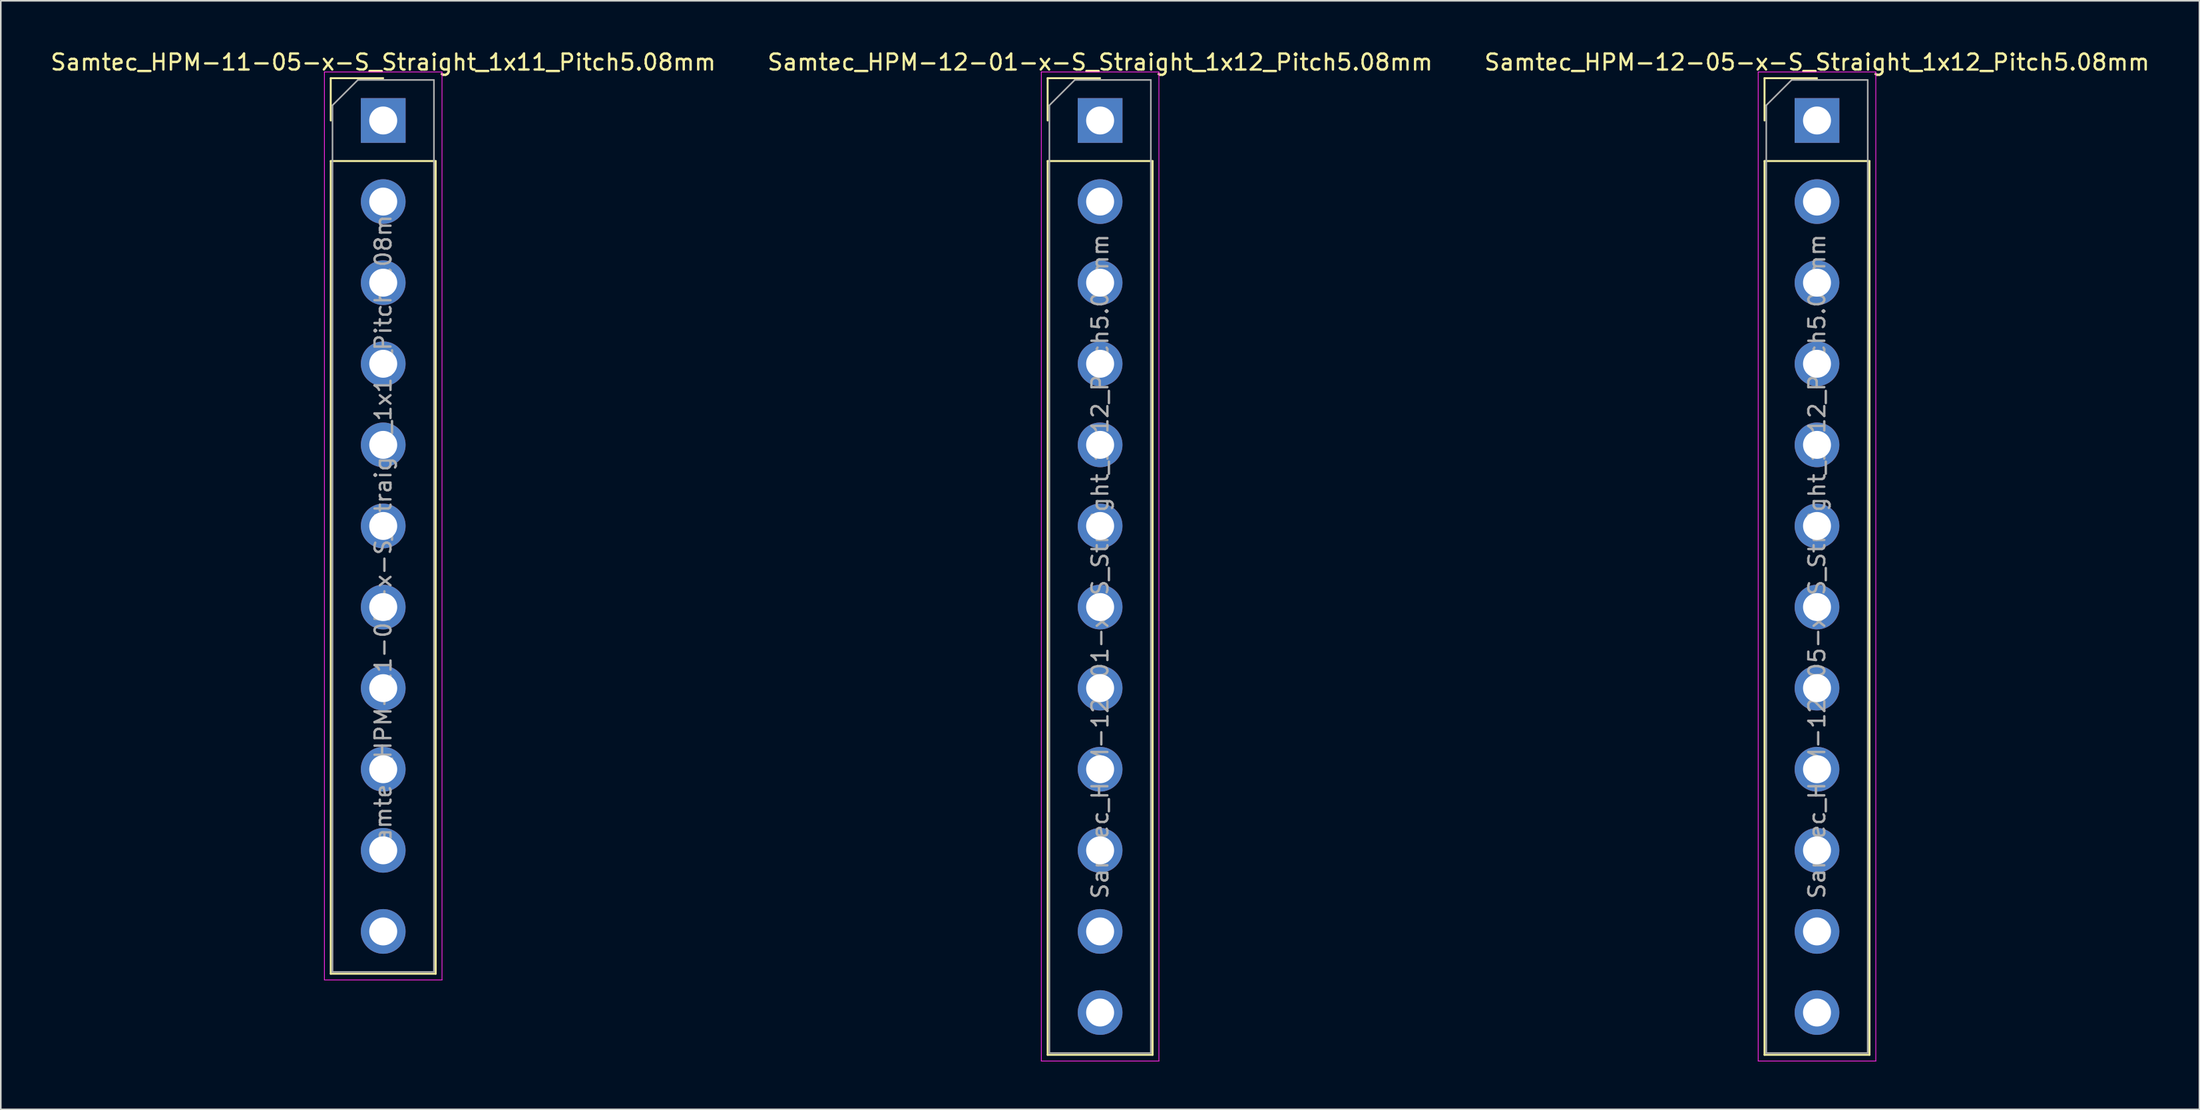
<source format=kicad_pcb>
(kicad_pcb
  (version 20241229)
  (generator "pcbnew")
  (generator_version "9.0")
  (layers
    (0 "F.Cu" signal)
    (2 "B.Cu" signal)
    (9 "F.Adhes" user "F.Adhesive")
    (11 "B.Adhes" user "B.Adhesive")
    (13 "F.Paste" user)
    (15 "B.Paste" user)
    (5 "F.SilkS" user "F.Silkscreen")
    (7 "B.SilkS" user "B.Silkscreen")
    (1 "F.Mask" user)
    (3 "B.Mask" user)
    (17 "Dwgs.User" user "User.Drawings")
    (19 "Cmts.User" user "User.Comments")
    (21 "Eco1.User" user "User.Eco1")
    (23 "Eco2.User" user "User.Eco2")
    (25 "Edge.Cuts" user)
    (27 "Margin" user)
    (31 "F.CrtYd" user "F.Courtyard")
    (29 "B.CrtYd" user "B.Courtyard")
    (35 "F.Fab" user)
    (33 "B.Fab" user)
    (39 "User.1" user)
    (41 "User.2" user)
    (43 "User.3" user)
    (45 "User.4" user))
  (footprint "Samtec_HPM-11-05-x-S_Straight_1x11_Pitch5.08mm"
    (layer "F.Cu")
    (at 20.935 4.498)
    (property "Reference" "Samtec_HPM-11-05-x-S_Straight_1x11_Pitch5.08mm" (at 0 -3.65 0) (layer "F.SilkS") (effects (font (size 1 1) (thickness 0.15))))
    (attr through_hole)
    (fp_line (start -3.285 -2.65) (end 0 -2.65) (stroke (width 0.12) (type solid)) (layer "F.SilkS"))
    (fp_line (start -3.285 0) (end -3.285 -2.65) (stroke (width 0.12) (type solid)) (layer "F.SilkS"))
    (fp_line (start -3.285 2.54) (end -3.285 53.45) (stroke (width 0.12) (type solid)) (layer "F.SilkS"))
    (fp_line (start -3.285 2.54) (end 3.285 2.54) (stroke (width 0.12) (type solid)) (layer "F.SilkS"))
    (fp_line (start -3.285 53.45) (end 3.285 53.45) (stroke (width 0.12) (type solid)) (layer "F.SilkS"))
    (fp_line (start 3.285 2.54) (end 3.285 53.45) (stroke (width 0.12) (type solid)) (layer "F.SilkS"))
    (fp_line (start -3.68 -3.04) (end -3.68 53.84) (stroke (width 0.05) (type solid)) (layer "F.CrtYd"))
    (fp_line (start -3.68 53.84) (end 3.68 53.84) (stroke (width 0.05) (type solid)) (layer "F.CrtYd"))
    (fp_line (start 3.68 -3.04) (end -3.68 -3.04) (stroke (width 0.05) (type solid)) (layer "F.CrtYd"))
    (fp_line (start 3.68 53.84) (end 3.68 -3.04) (stroke (width 0.05) (type solid)) (layer "F.CrtYd"))
    (fp_line (start -3.175 -0.953) (end -1.587 -2.54) (stroke (width 0.1) (type solid)) (layer "F.Fab"))
    (fp_line (start -3.175 53.34) (end -3.175 -0.953) (stroke (width 0.1) (type solid)) (layer "F.Fab"))
    (fp_line (start -1.587 -2.54) (end 3.175 -2.54) (stroke (width 0.1) (type solid)) (layer "F.Fab"))
    (fp_line (start 3.175 -2.54) (end 3.175 53.34) (stroke (width 0.1) (type solid)) (layer "F.Fab"))
    (fp_line (start 3.175 53.34) (end -3.175 53.34) (stroke (width 0.1) (type solid)) (layer "F.Fab"))
    (fp_text user "${REFERENCE}" (at 0 25.4 90) (layer "F.Fab") (effects (font (size 1 1) (thickness 0.15))))
    (pad "1" thru_hole rect (at 0 0) (size 2.8 2.8) (drill 1.75) (layers "*.Cu" "*.Mask"))
    (pad "2" thru_hole circle (at 0 5.08) (size 2.8 2.8) (drill 1.75) (layers "*.Cu" "*.Mask"))
    (pad "3" thru_hole circle (at 0 10.16) (size 2.8 2.8) (drill 1.75) (layers "*.Cu" "*.Mask"))
    (pad "4" thru_hole circle (at 0 15.24) (size 2.8 2.8) (drill 1.75) (layers "*.Cu" "*.Mask"))
    (pad "5" thru_hole circle (at 0 20.32) (size 2.8 2.8) (drill 1.75) (layers "*.Cu" "*.Mask"))
    (pad "6" thru_hole circle (at 0 25.4) (size 2.8 2.8) (drill 1.75) (layers "*.Cu" "*.Mask"))
    (pad "7" thru_hole circle (at 0 30.48) (size 2.8 2.8) (drill 1.75) (layers "*.Cu" "*.Mask"))
    (pad "8" thru_hole circle (at 0 35.56) (size 2.8 2.8) (drill 1.75) (layers "*.Cu" "*.Mask"))
    (pad "9" thru_hole circle (at 0 40.64) (size 2.8 2.8) (drill 1.75) (layers "*.Cu" "*.Mask"))
    (pad "10" thru_hole circle (at 0 45.72) (size 2.8 2.8) (drill 1.75) (layers "*.Cu" "*.Mask"))
    (pad "11" thru_hole circle (at 0 50.8) (size 2.8 2.8) (drill 1.75) (layers "*.Cu" "*.Mask")))
  (footprint "Samtec_HPM-12-05-x-S_Straight_1x12_Pitch5.08mm"
    (layer "F.Cu")
    (at 110.673 4.498)
    (property "Reference" "Samtec_HPM-12-05-x-S_Straight_1x12_Pitch5.08mm" (at 0 -3.65 0) (layer "F.SilkS") (effects (font (size 1 1) (thickness 0.15))))
    (attr through_hole)
    (fp_line (start -3.285 -2.65) (end 0 -2.65) (stroke (width 0.12) (type solid)) (layer "F.SilkS"))
    (fp_line (start -3.285 0) (end -3.285 -2.65) (stroke (width 0.12) (type solid)) (layer "F.SilkS"))
    (fp_line (start -3.285 2.54) (end -3.285 58.53) (stroke (width 0.12) (type solid)) (layer "F.SilkS"))
    (fp_line (start -3.285 2.54) (end 3.285 2.54) (stroke (width 0.12) (type solid)) (layer "F.SilkS"))
    (fp_line (start -3.285 58.53) (end 3.285 58.53) (stroke (width 0.12) (type solid)) (layer "F.SilkS"))
    (fp_line (start 3.285 2.54) (end 3.285 58.53) (stroke (width 0.12) (type solid)) (layer "F.SilkS"))
    (fp_line (start -3.68 -3.04) (end -3.68 58.92) (stroke (width 0.05) (type solid)) (layer "F.CrtYd"))
    (fp_line (start -3.68 58.92) (end 3.68 58.92) (stroke (width 0.05) (type solid)) (layer "F.CrtYd"))
    (fp_line (start 3.68 -3.04) (end -3.68 -3.04) (stroke (width 0.05) (type solid)) (layer "F.CrtYd"))
    (fp_line (start 3.68 58.92) (end 3.68 -3.04) (stroke (width 0.05) (type solid)) (layer "F.CrtYd"))
    (fp_line (start -3.175 -0.953) (end -1.587 -2.54) (stroke (width 0.1) (type solid)) (layer "F.Fab"))
    (fp_line (start -3.175 58.42) (end -3.175 -0.953) (stroke (width 0.1) (type solid)) (layer "F.Fab"))
    (fp_line (start -1.587 -2.54) (end 3.175 -2.54) (stroke (width 0.1) (type solid)) (layer "F.Fab"))
    (fp_line (start 3.175 -2.54) (end 3.175 58.42) (stroke (width 0.1) (type solid)) (layer "F.Fab"))
    (fp_line (start 3.175 58.42) (end -3.175 58.42) (stroke (width 0.1) (type solid)) (layer "F.Fab"))
    (fp_text user "${REFERENCE}" (at 0 27.94 90) (layer "F.Fab") (effects (font (size 1 1) (thickness 0.15))))
    (pad "1" thru_hole rect (at 0 0) (size 2.8 2.8) (drill 1.75) (layers "*.Cu" "*.Mask"))
    (pad "2" thru_hole circle (at 0 5.08) (size 2.8 2.8) (drill 1.75) (layers "*.Cu" "*.Mask"))
    (pad "3" thru_hole circle (at 0 10.16) (size 2.8 2.8) (drill 1.75) (layers "*.Cu" "*.Mask"))
    (pad "4" thru_hole circle (at 0 15.24) (size 2.8 2.8) (drill 1.75) (layers "*.Cu" "*.Mask"))
    (pad "5" thru_hole circle (at 0 20.32) (size 2.8 2.8) (drill 1.75) (layers "*.Cu" "*.Mask"))
    (pad "6" thru_hole circle (at 0 25.4) (size 2.8 2.8) (drill 1.75) (layers "*.Cu" "*.Mask"))
    (pad "7" thru_hole circle (at 0 30.48) (size 2.8 2.8) (drill 1.75) (layers "*.Cu" "*.Mask"))
    (pad "8" thru_hole circle (at 0 35.56) (size 2.8 2.8) (drill 1.75) (layers "*.Cu" "*.Mask"))
    (pad "9" thru_hole circle (at 0 40.64) (size 2.8 2.8) (drill 1.75) (layers "*.Cu" "*.Mask"))
    (pad "10" thru_hole circle (at 0 45.72) (size 2.8 2.8) (drill 1.75) (layers "*.Cu" "*.Mask"))
    (pad "11" thru_hole circle (at 0 50.8) (size 2.8 2.8) (drill 1.75) (layers "*.Cu" "*.Mask"))
    (pad "12" thru_hole circle (at 0 55.88) (size 2.8 2.8) (drill 1.75) (layers "*.Cu" "*.Mask")))
  (footprint "Samtec_HPM-12-01-x-S_Straight_1x12_Pitch5.08mm"
    (layer "F.Cu")
    (at 65.804 4.498)
    (property "Reference" "Samtec_HPM-12-01-x-S_Straight_1x12_Pitch5.08mm" (at 0 -3.65 0) (layer "F.SilkS") (effects (font (size 1 1) (thickness 0.15))))
    (attr through_hole)
    (fp_line (start -3.285 -2.65) (end 0 -2.65) (stroke (width 0.12) (type solid)) (layer "F.SilkS"))
    (fp_line (start -3.285 0) (end -3.285 -2.65) (stroke (width 0.12) (type solid)) (layer "F.SilkS"))
    (fp_line (start -3.285 2.54) (end -3.285 58.53) (stroke (width 0.12) (type solid)) (layer "F.SilkS"))
    (fp_line (start -3.285 2.54) (end 3.285 2.54) (stroke (width 0.12) (type solid)) (layer "F.SilkS"))
    (fp_line (start -3.285 58.53) (end 3.285 58.53) (stroke (width 0.12) (type solid)) (layer "F.SilkS"))
    (fp_line (start 3.285 2.54) (end 3.285 58.53) (stroke (width 0.12) (type solid)) (layer "F.SilkS"))
    (fp_line (start -3.68 -3.04) (end -3.68 58.92) (stroke (width 0.05) (type solid)) (layer "F.CrtYd"))
    (fp_line (start -3.68 58.92) (end 3.68 58.92) (stroke (width 0.05) (type solid)) (layer "F.CrtYd"))
    (fp_line (start 3.68 -3.04) (end -3.68 -3.04) (stroke (width 0.05) (type solid)) (layer "F.CrtYd"))
    (fp_line (start 3.68 58.92) (end 3.68 -3.04) (stroke (width 0.05) (type solid)) (layer "F.CrtYd"))
    (fp_line (start -3.175 -0.953) (end -1.587 -2.54) (stroke (width 0.1) (type solid)) (layer "F.Fab"))
    (fp_line (start -3.175 58.42) (end -3.175 -0.953) (stroke (width 0.1) (type solid)) (layer "F.Fab"))
    (fp_line (start -1.587 -2.54) (end 3.175 -2.54) (stroke (width 0.1) (type solid)) (layer "F.Fab"))
    (fp_line (start 3.175 -2.54) (end 3.175 58.42) (stroke (width 0.1) (type solid)) (layer "F.Fab"))
    (fp_line (start 3.175 58.42) (end -3.175 58.42) (stroke (width 0.1) (type solid)) (layer "F.Fab"))
    (fp_text user "${REFERENCE}" (at 0 27.94 90) (layer "F.Fab") (effects (font (size 1 1) (thickness 0.15))))
    (pad "1" thru_hole rect (at 0 0) (size 2.8 2.8) (drill 1.75) (layers "*.Cu" "*.Mask"))
    (pad "2" thru_hole circle (at 0 5.08) (size 2.8 2.8) (drill 1.75) (layers "*.Cu" "*.Mask"))
    (pad "3" thru_hole circle (at 0 10.16) (size 2.8 2.8) (drill 1.75) (layers "*.Cu" "*.Mask"))
    (pad "4" thru_hole circle (at 0 15.24) (size 2.8 2.8) (drill 1.75) (layers "*.Cu" "*.Mask"))
    (pad "5" thru_hole circle (at 0 20.32) (size 2.8 2.8) (drill 1.75) (layers "*.Cu" "*.Mask"))
    (pad "6" thru_hole circle (at 0 25.4) (size 2.8 2.8) (drill 1.75) (layers "*.Cu" "*.Mask"))
    (pad "7" thru_hole circle (at 0 30.48) (size 2.8 2.8) (drill 1.75) (layers "*.Cu" "*.Mask"))
    (pad "8" thru_hole circle (at 0 35.56) (size 2.8 2.8) (drill 1.75) (layers "*.Cu" "*.Mask"))
    (pad "9" thru_hole circle (at 0 40.64) (size 2.8 2.8) (drill 1.75) (layers "*.Cu" "*.Mask"))
    (pad "10" thru_hole circle (at 0 45.72) (size 2.8 2.8) (drill 1.75) (layers "*.Cu" "*.Mask"))
    (pad "11" thru_hole circle (at 0 50.8) (size 2.8 2.8) (drill 1.75) (layers "*.Cu" "*.Mask"))
    (pad "12" thru_hole circle (at 0 55.88) (size 2.8 2.8) (drill 1.75) (layers "*.Cu" "*.Mask")))
  (gr_rect
    (start -3 -3)
    (end 134.607 66.443)
    (stroke (width 0.1) (type default))
    (fill no)
    (layer "Edge.Cuts")))
</source>
